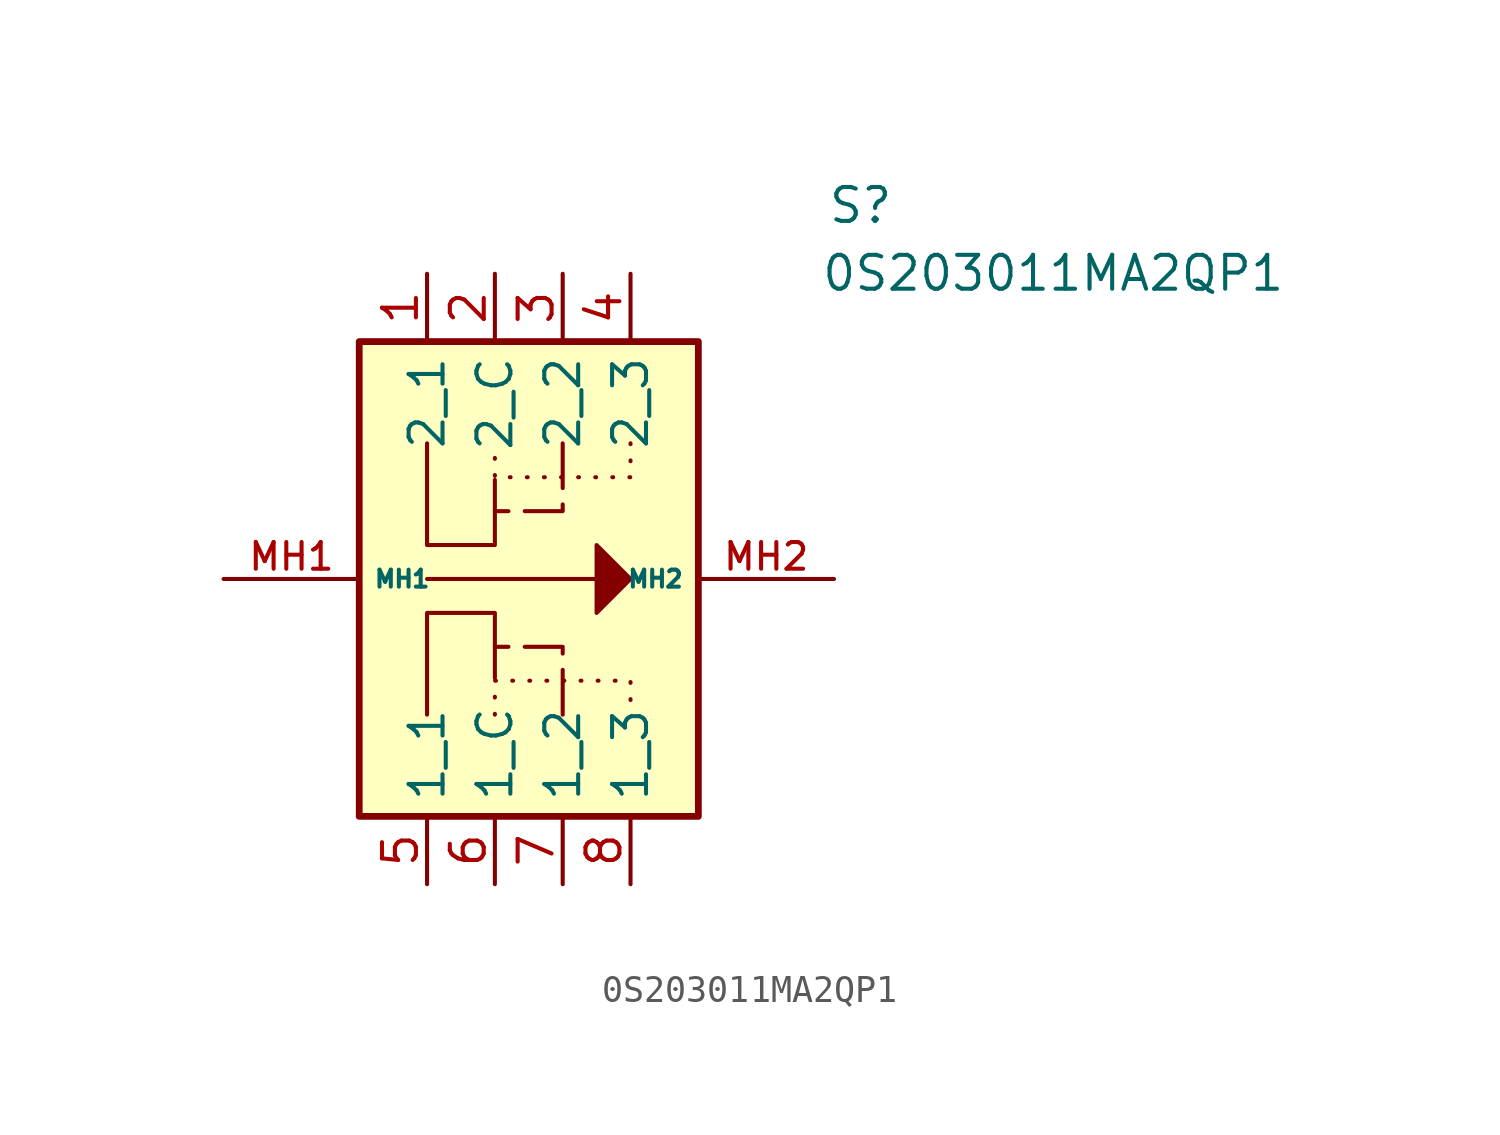
<source format=kicad_sym>
(kicad_symbol_lib
  (version 20231120)
  (generator "kicad_symbol_editor")
  (generator_version "8.0")
  (symbol "0S203011MA2QP1"
    (property "Reference" "S"
      (at 14.986 14.732 0)
      (effects (font (size 1.27 1.27)) (justify left top)))
    (property "Value" "0S203011MA2QP1"
      (at 14.732 12.192 0)
      (effects (font (size 1.27 1.27)) (justify left top)))
    (symbol "0S203011MA2QP1_1_1"
      (rectangle (start -2.54 8.89) (end 10.16 -8.89) (stroke (width 0.254) (type default)) (fill (type background)))
      (polyline (pts (xy 0 -5.08) (xy 0 -1.27) (xy 2.54 -1.27) (xy 2.54 -2.54)) (stroke (width 0) (type default)) (fill (type none)))
      (polyline (pts (xy 2.54 -5.08) (xy 2.54 -3.81) (xy 7.62 -3.81) (xy 7.62 -5.08)) (stroke (width 0) (type dot)) (fill (type none)))
      (polyline (pts (xy 2.54 2.54) (xy 2.54 1.27) (xy 0 1.27) (xy 0 5.08)) (stroke (width 0) (type default)) (fill (type none)))
      (polyline (pts (xy 5.08 -5.08) (xy 5.08 -2.54) (xy 2.54 -2.54) (xy 2.54 -3.81)) (stroke (width 0) (type dash)) (fill (type none)))
      (polyline (pts (xy 5.08 5.08) (xy 5.08 2.54) (xy 2.54 2.54) (xy 2.54 3.81)) (stroke (width 0) (type dash)) (fill (type none)))
      (polyline (pts (xy 7.62 5.08) (xy 7.62 3.81) (xy 2.54 3.81) (xy 2.54 5.08)) (stroke (width 0) (type dot)) (fill (type none)))
      (polyline (pts (xy 0 0) (xy 7.62 0) (xy 6.35 1.27) (xy 6.35 -1.27) (xy 7.62 0)) (stroke (width 0) (type default)) (fill (type outline)))
      (pin passive line (at 0 11.43 270) (length 2.54) (name "2_1" (effects (font (size 1.27 1.27)))) (number "1" (effects (font (size 1.27 1.27)))))
      (pin passive line (at 2.54 11.43 270) (length 2.54) (name "2_C" (effects (font (size 1.27 1.27)))) (number "2" (effects (font (size 1.27 1.27)))))
      (pin passive line (at 5.08 11.43 270) (length 2.54) (name "2_2" (effects (font (size 1.27 1.27)))) (number "3" (effects (font (size 1.27 1.27)))))
      (pin passive line (at 7.62 11.43 270) (length 2.54) (name "2_3" (effects (font (size 1.27 1.27)))) (number "4" (effects (font (size 1.27 1.27)))))
      (pin passive line (at 0 -11.43 90) (length 2.54) (name "1_1" (effects (font (size 1.27 1.27)))) (number "5" (effects (font (size 1.27 1.27)))))
      (pin passive line (at 2.54 -11.43 90) (length 2.54) (name "1_C" (effects (font (size 1.27 1.27)))) (number "6" (effects (font (size 1.27 1.27)))))
      (pin passive line (at 5.08 -11.43 90) (length 2.54) (name "1_2" (effects (font (size 1.27 1.27)))) (number "7" (effects (font (size 1.27 1.27)))))
      (pin passive line (at 7.62 -11.43 90) (length 2.54) (name "1_3" (effects (font (size 1.27 1.27)))) (number "8" (effects (font (size 1.27 1.27)))))
      (pin passive line (at -7.62 0 0) (length 5.08) (name "MH1" (effects (font (size 0.635 0.635)))) (number "MH1" (effects (font (size 1 1)))))
      (pin passive line (at 15.24 0 180) (length 5.08) (name "MH2" (effects (font (size 0.635 0.635)))) (number "MH2" (effects (font (size 1 1))))))))
</source>
